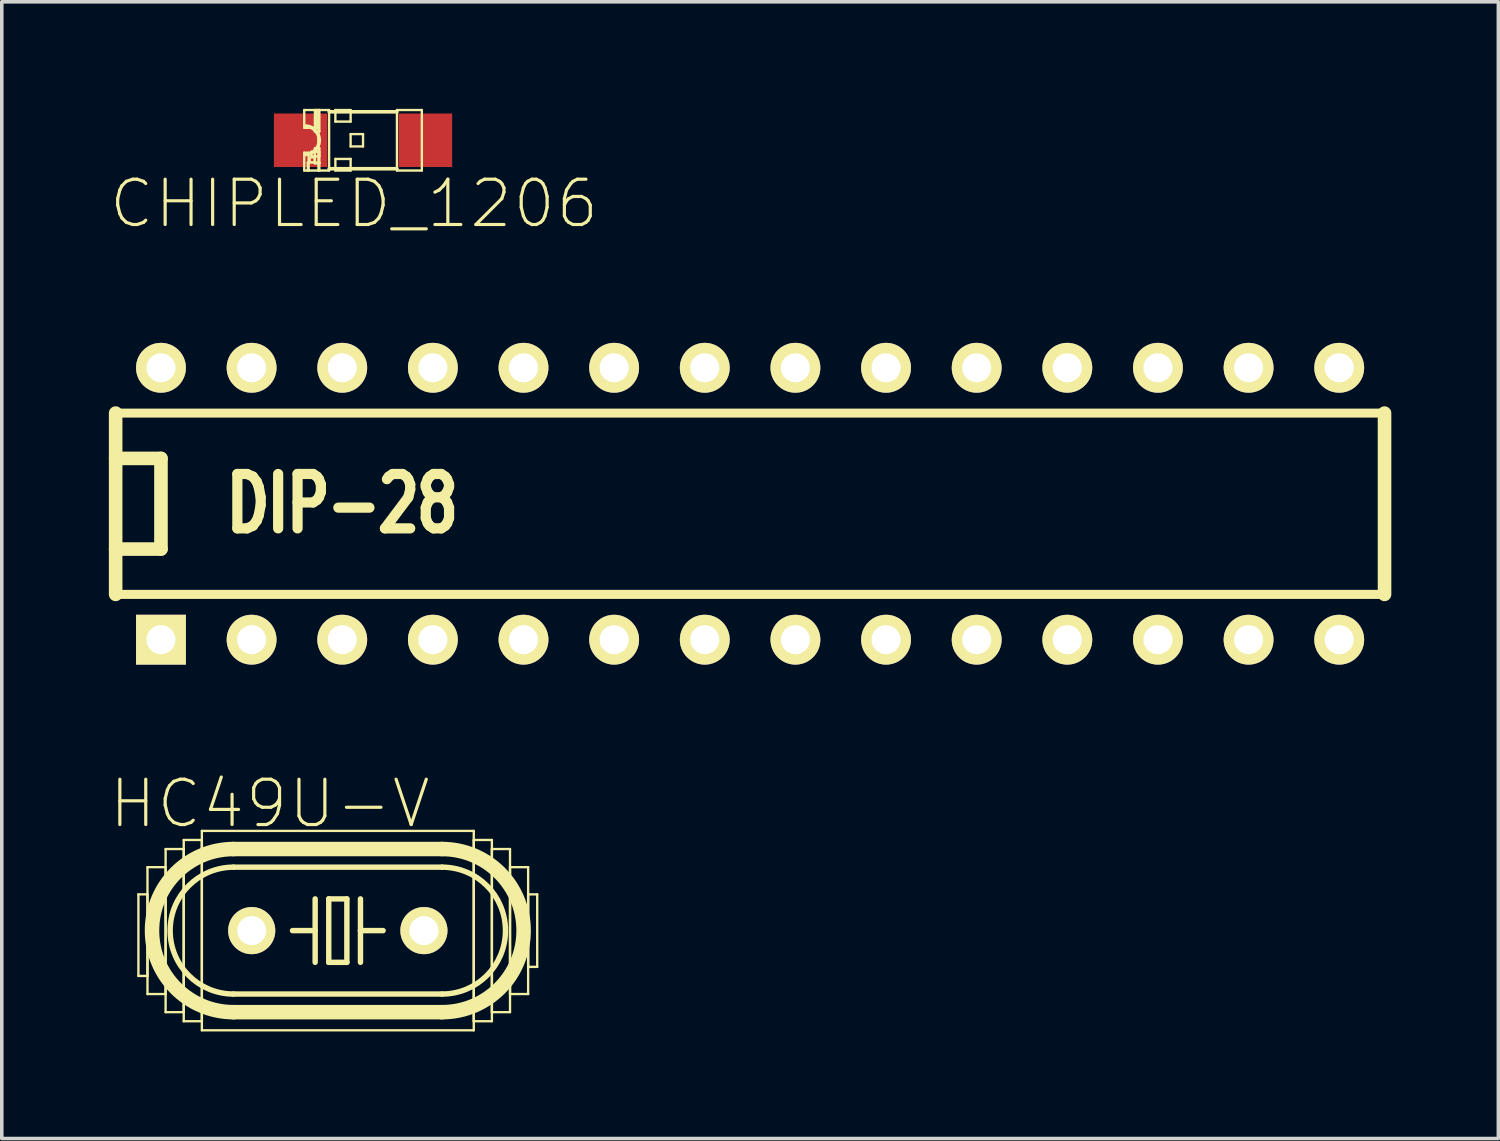
<source format=kicad_pcb>
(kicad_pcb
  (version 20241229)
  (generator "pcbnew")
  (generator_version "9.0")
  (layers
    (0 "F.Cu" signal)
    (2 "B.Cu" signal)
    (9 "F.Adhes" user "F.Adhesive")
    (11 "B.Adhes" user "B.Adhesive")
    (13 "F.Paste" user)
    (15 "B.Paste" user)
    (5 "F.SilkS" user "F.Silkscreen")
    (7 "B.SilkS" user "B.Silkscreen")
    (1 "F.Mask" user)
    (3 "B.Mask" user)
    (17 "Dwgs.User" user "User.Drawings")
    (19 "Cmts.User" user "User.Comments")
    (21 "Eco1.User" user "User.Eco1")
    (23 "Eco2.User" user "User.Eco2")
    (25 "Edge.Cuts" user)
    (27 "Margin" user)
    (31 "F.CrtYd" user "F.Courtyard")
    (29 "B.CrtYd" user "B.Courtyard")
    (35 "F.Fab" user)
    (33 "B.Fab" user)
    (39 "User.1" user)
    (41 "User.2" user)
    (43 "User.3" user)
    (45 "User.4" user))
  (footprint "HC49U-V"
    (layer "F.Cu")
    (at 6.417 23.03)
    (property "Reference" "HC49U-V" (at -1.905 -3.556 0) (layer "F.SilkS") (effects (font (size 1.27 1.27) (thickness 0.089))))
    (attr exclude_from_pos_files exclude_from_bom)
    (fp_line (start -5.588 -1.016) (end -5.334 -1.016) (stroke (width 0.066) (type solid)) (layer "F.SilkS"))
    (fp_line (start -5.588 1.27) (end -5.588 -1.016) (stroke (width 0.066) (type solid)) (layer "F.SilkS"))
    (fp_line (start -5.588 1.27) (end -5.334 1.27) (stroke (width 0.066) (type solid)) (layer "F.SilkS"))
    (fp_line (start -5.334 -1.778) (end -4.826 -1.778) (stroke (width 0.066) (type solid)) (layer "F.SilkS"))
    (fp_line (start -5.334 1.27) (end -5.334 -1.016) (stroke (width 0.066) (type solid)) (layer "F.SilkS"))
    (fp_line (start -5.334 1.778) (end -5.334 -1.778) (stroke (width 0.066) (type solid)) (layer "F.SilkS"))
    (fp_line (start -5.334 1.778) (end -4.826 1.778) (stroke (width 0.066) (type solid)) (layer "F.SilkS"))
    (fp_line (start -4.826 -2.286) (end -4.318 -2.286) (stroke (width 0.066) (type solid)) (layer "F.SilkS"))
    (fp_line (start -4.826 1.778) (end -4.826 -1.778) (stroke (width 0.066) (type solid)) (layer "F.SilkS"))
    (fp_line (start -4.826 2.286) (end -4.826 -2.286) (stroke (width 0.066) (type solid)) (layer "F.SilkS"))
    (fp_line (start -4.826 2.286) (end -4.318 2.286) (stroke (width 0.066) (type solid)) (layer "F.SilkS"))
    (fp_line (start -4.318 -2.54) (end -3.81 -2.54) (stroke (width 0.066) (type solid)) (layer "F.SilkS"))
    (fp_line (start -4.318 2.286) (end -4.318 -2.286) (stroke (width 0.066) (type solid)) (layer "F.SilkS"))
    (fp_line (start -4.318 2.54) (end -4.318 -2.54) (stroke (width 0.066) (type solid)) (layer "F.SilkS"))
    (fp_line (start -4.318 2.54) (end -3.81 2.54) (stroke (width 0.066) (type solid)) (layer "F.SilkS"))
    (fp_line (start -3.81 -2.794) (end 3.81 -2.794) (stroke (width 0.066) (type solid)) (layer "F.SilkS"))
    (fp_line (start -3.81 2.54) (end -3.81 -2.54) (stroke (width 0.066) (type solid)) (layer "F.SilkS"))
    (fp_line (start -3.81 2.794) (end -3.81 -2.794) (stroke (width 0.066) (type solid)) (layer "F.SilkS"))
    (fp_line (start -3.81 2.794) (end 3.81 2.794) (stroke (width 0.066) (type solid)) (layer "F.SilkS"))
    (fp_line (start -2.921 -2.286) (end 2.921 -2.286) (stroke (width 0.406) (type solid)) (layer "F.SilkS"))
    (fp_line (start -2.921 1.778) (end 2.921 1.778) (stroke (width 0.152) (type solid)) (layer "F.SilkS"))
    (fp_line (start -2.921 2.286) (end 2.921 2.286) (stroke (width 0.406) (type solid)) (layer "F.SilkS"))
    (fp_line (start -0.635 -0.889) (end -0.635 0) (stroke (width 0.152) (type solid)) (layer "F.SilkS"))
    (fp_line (start -0.635 0) (end -1.27 0) (stroke (width 0.152) (type solid)) (layer "F.SilkS"))
    (fp_line (start -0.635 0) (end -0.635 0.889) (stroke (width 0.152) (type solid)) (layer "F.SilkS"))
    (fp_line (start -0.254 -0.889) (end 0.254 -0.889) (stroke (width 0.152) (type solid)) (layer "F.SilkS"))
    (fp_line (start -0.254 0.889) (end -0.254 -0.889) (stroke (width 0.152) (type solid)) (layer "F.SilkS"))
    (fp_line (start 0.254 -0.889) (end 0.254 0.889) (stroke (width 0.152) (type solid)) (layer "F.SilkS"))
    (fp_line (start 0.254 0.889) (end -0.254 0.889) (stroke (width 0.152) (type solid)) (layer "F.SilkS"))
    (fp_line (start 0.635 -0.889) (end 0.635 0) (stroke (width 0.152) (type solid)) (layer "F.SilkS"))
    (fp_line (start 0.635 0) (end 0.635 0.889) (stroke (width 0.152) (type solid)) (layer "F.SilkS"))
    (fp_line (start 0.635 0) (end 1.27 0) (stroke (width 0.152) (type solid)) (layer "F.SilkS"))
    (fp_line (start 2.921 -1.778) (end -2.921 -1.778) (stroke (width 0.152) (type solid)) (layer "F.SilkS"))
    (fp_line (start 3.81 -2.54) (end 4.318 -2.54) (stroke (width 0.066) (type solid)) (layer "F.SilkS"))
    (fp_line (start 3.81 2.54) (end 3.81 -2.54) (stroke (width 0.066) (type solid)) (layer "F.SilkS"))
    (fp_line (start 3.81 2.54) (end 4.318 2.54) (stroke (width 0.066) (type solid)) (layer "F.SilkS"))
    (fp_line (start 3.81 2.794) (end 3.81 -2.794) (stroke (width 0.066) (type solid)) (layer "F.SilkS"))
    (fp_line (start 4.318 -2.286) (end 4.826 -2.286) (stroke (width 0.066) (type solid)) (layer "F.SilkS"))
    (fp_line (start 4.318 2.286) (end 4.318 -2.286) (stroke (width 0.066) (type solid)) (layer "F.SilkS"))
    (fp_line (start 4.318 2.286) (end 4.826 2.286) (stroke (width 0.066) (type solid)) (layer "F.SilkS"))
    (fp_line (start 4.318 2.54) (end 4.318 -2.54) (stroke (width 0.066) (type solid)) (layer "F.SilkS"))
    (fp_line (start 4.826 -1.778) (end 5.334 -1.778) (stroke (width 0.066) (type solid)) (layer "F.SilkS"))
    (fp_line (start 4.826 1.778) (end 4.826 -1.778) (stroke (width 0.066) (type solid)) (layer "F.SilkS"))
    (fp_line (start 4.826 1.778) (end 5.334 1.778) (stroke (width 0.066) (type solid)) (layer "F.SilkS"))
    (fp_line (start 4.826 2.286) (end 4.826 -2.286) (stroke (width 0.066) (type solid)) (layer "F.SilkS"))
    (fp_line (start 5.334 -1.016) (end 5.588 -1.016) (stroke (width 0.066) (type solid)) (layer "F.SilkS"))
    (fp_line (start 5.334 1.016) (end 5.334 -1.016) (stroke (width 0.066) (type solid)) (layer "F.SilkS"))
    (fp_line (start 5.334 1.016) (end 5.588 1.016) (stroke (width 0.066) (type solid)) (layer "F.SilkS"))
    (fp_line (start 5.334 1.778) (end 5.334 -1.778) (stroke (width 0.066) (type solid)) (layer "F.SilkS"))
    (fp_line (start 5.588 1.016) (end 5.588 -1.016) (stroke (width 0.066) (type solid)) (layer "F.SilkS"))
    (fp_arc (start -2.921 1.778) (mid -4.699 0) (end -2.921 -1.778) (stroke (width 0.1524) (type solid)) (layer "F.SilkS"))
    (fp_arc (start -2.921 2.286) (mid -5.207 0) (end -2.921 -2.286) (stroke (width 0.4064) (type solid)) (layer "F.SilkS"))
    (fp_arc (start 2.921 -2.286) (mid 5.207 0) (end 2.921 2.286) (stroke (width 0.4064) (type solid)) (layer "F.SilkS"))
    (fp_arc (start 2.921 -1.778) (mid 4.699 0) (end 2.921 1.778) (stroke (width 0.1524) (type solid)) (layer "F.SilkS"))
    (pad "1" thru_hole circle (at -2.413 0) (size 1.321 1.321) (drill 0.813) (layers "*.Cu" "F.Mask" "F.SilkS" "F.Paste"))
    (pad "2" thru_hole circle (at 2.413 0) (size 1.321 1.321) (drill 0.813) (layers "*.Cu" "F.Mask" "F.SilkS" "F.Paste")))
  (footprint "CHIPLED_1206"
    (layer "F.Cu")
    (at 7.124 0.881)
    (property "Reference" "CHIPLED_1206" (at -0.254 1.778 0) (layer "F.SilkS") (effects (font (size 1.27 1.27) (thickness 0.089))))
    (attr smd)
    (fp_line (start -1.648 -0.348) (end -1.648 -0.848) (stroke (width 0.066) (type solid)) (layer "F.SilkS"))
    (fp_line (start -1.648 0.848) (end -1.648 0.348) (stroke (width 0.066) (type solid)) (layer "F.SilkS"))
    (fp_line (start -1.549 0.848) (end -1.549 0.625) (stroke (width 0.066) (type solid)) (layer "F.SilkS"))
    (fp_line (start -1.524 0.348) (end -1.648 0.348) (stroke (width 0.066) (type solid)) (layer "F.SilkS"))
    (fp_line (start -1.524 0.848) (end -1.648 0.848) (stroke (width 0.066) (type solid)) (layer "F.SilkS"))
    (fp_line (start -1.524 0.848) (end -1.524 0.348) (stroke (width 0.066) (type solid)) (layer "F.SilkS"))
    (fp_line (start -1.448 0.45) (end -1.448 0.323) (stroke (width 0.066) (type solid)) (layer "F.SilkS"))
    (fp_line (start -1.349 -0.249) (end -1.349 -0.848) (stroke (width 0.066) (type solid)) (layer "F.SilkS"))
    (fp_line (start -1.349 0.648) (end -1.349 0.224) (stroke (width 0.066) (type solid)) (layer "F.SilkS"))
    (fp_line (start -1.298 -0.848) (end -1.648 -0.848) (stroke (width 0.066) (type solid)) (layer "F.SilkS"))
    (fp_line (start -1.298 -0.348) (end -1.648 -0.348) (stroke (width 0.066) (type solid)) (layer "F.SilkS"))
    (fp_line (start -1.298 -0.348) (end -1.298 -0.848) (stroke (width 0.066) (type solid)) (layer "F.SilkS"))
    (fp_line (start -1.25 0.848) (end -1.25 -0.848) (stroke (width 0.066) (type solid)) (layer "F.SilkS"))
    (fp_line (start -1.224 -0.848) (end -1.349 -0.848) (stroke (width 0.066) (type solid)) (layer "F.SilkS"))
    (fp_line (start -1.224 -0.249) (end -1.349 -0.249) (stroke (width 0.066) (type solid)) (layer "F.SilkS"))
    (fp_line (start -1.224 -0.249) (end -1.224 -0.848) (stroke (width 0.066) (type solid)) (layer "F.SilkS"))
    (fp_line (start -1.224 0.224) (end -1.349 0.224) (stroke (width 0.066) (type solid)) (layer "F.SilkS"))
    (fp_line (start -1.224 0.323) (end -1.448 0.323) (stroke (width 0.066) (type solid)) (layer "F.SilkS"))
    (fp_line (start -1.224 0.45) (end -1.448 0.45) (stroke (width 0.066) (type solid)) (layer "F.SilkS"))
    (fp_line (start -1.224 0.45) (end -1.224 0.323) (stroke (width 0.066) (type solid)) (layer "F.SilkS"))
    (fp_line (start -1.224 0.625) (end -1.549 0.625) (stroke (width 0.066) (type solid)) (layer "F.SilkS"))
    (fp_line (start -1.224 0.648) (end -1.349 0.648) (stroke (width 0.066) (type solid)) (layer "F.SilkS"))
    (fp_line (start -1.224 0.648) (end -1.224 0.224) (stroke (width 0.066) (type solid)) (layer "F.SilkS"))
    (fp_line (start -1.224 0.848) (end -1.549 0.848) (stroke (width 0.066) (type solid)) (layer "F.SilkS"))
    (fp_line (start -1.224 0.848) (end -1.224 0.625) (stroke (width 0.066) (type solid)) (layer "F.SilkS"))
    (fp_line (start -0.95 -0.848) (end -1.25 -0.848) (stroke (width 0.066) (type solid)) (layer "F.SilkS"))
    (fp_line (start -0.95 -0.798) (end 0.95 -0.798) (stroke (width 0.102) (type solid)) (layer "F.SilkS"))
    (fp_line (start -0.95 0.848) (end -1.25 0.848) (stroke (width 0.066) (type solid)) (layer "F.SilkS"))
    (fp_line (start -0.95 0.848) (end -0.95 -0.848) (stroke (width 0.066) (type solid)) (layer "F.SilkS"))
    (fp_line (start -0.775 -0.523) (end -0.775 -0.848) (stroke (width 0.066) (type solid)) (layer "F.SilkS"))
    (fp_line (start -0.775 0.848) (end -0.775 0.523) (stroke (width 0.066) (type solid)) (layer "F.SilkS"))
    (fp_line (start -0.348 -0.848) (end -0.775 -0.848) (stroke (width 0.066) (type solid)) (layer "F.SilkS"))
    (fp_line (start -0.348 -0.523) (end -0.775 -0.523) (stroke (width 0.066) (type solid)) (layer "F.SilkS"))
    (fp_line (start -0.348 -0.523) (end -0.348 -0.848) (stroke (width 0.066) (type solid)) (layer "F.SilkS"))
    (fp_line (start -0.348 0.173) (end -0.348 -0.173) (stroke (width 0.066) (type solid)) (layer "F.SilkS"))
    (fp_line (start -0.348 0.523) (end -0.775 0.523) (stroke (width 0.066) (type solid)) (layer "F.SilkS"))
    (fp_line (start -0.348 0.848) (end -0.775 0.848) (stroke (width 0.066) (type solid)) (layer "F.SilkS"))
    (fp_line (start -0.348 0.848) (end -0.348 0.523) (stroke (width 0.066) (type solid)) (layer "F.SilkS"))
    (fp_line (start 0 -0.173) (end -0.348 -0.173) (stroke (width 0.066) (type solid)) (layer "F.SilkS"))
    (fp_line (start 0 0.173) (end -0.348 0.173) (stroke (width 0.066) (type solid)) (layer "F.SilkS"))
    (fp_line (start 0 0.173) (end 0 -0.173) (stroke (width 0.066) (type solid)) (layer "F.SilkS"))
    (fp_line (start 0.95 0.798) (end -0.95 0.798) (stroke (width 0.102) (type solid)) (layer "F.SilkS"))
    (fp_line (start 0.95 0.848) (end 0.95 -0.848) (stroke (width 0.066) (type solid)) (layer "F.SilkS"))
    (fp_line (start 1.648 -0.848) (end 0.95 -0.848) (stroke (width 0.066) (type solid)) (layer "F.SilkS"))
    (fp_line (start 1.648 0.848) (end 0.95 0.848) (stroke (width 0.066) (type solid)) (layer "F.SilkS"))
    (fp_line (start 1.648 0.848) (end 1.648 -0.848) (stroke (width 0.066) (type solid)) (layer "F.SilkS"))
    (fp_arc (start -1.59766 -0.39878) (mid -1.225848 0.002147) (end -1.601946 0.399057) (stroke (width 0.1016) (type solid)) (layer "F.SilkS"))
    (fp_circle (center -1.425 0.549) (end -1.473 0.597) (stroke (width 0.051) (type solid)) (fill no) (layer "F.SilkS"))
    (pad "1" smd rect (at -1.748 0) (size 1.499 1.499) (layers "F.Cu" "F.Mask" "F.Paste"))
    (pad "2" smd rect (at 1.748 0) (size 1.499 1.499) (layers "F.Cu" "F.Mask" "F.Paste")))
  (footprint "DIP-28"
    (layer "F.Cu")
    (at 17.971 11.067)
    (property "Reference" "DIP-28" (at -11.43 0 0) (layer "F.SilkS") (effects (font (size 1.524 1.143) (thickness 0.287))))
    (attr through_hole)
    (fp_line (start -17.78 -2.54) (end 17.78 -2.54) (stroke (width 0.254) (type solid)) (layer "F.SilkS"))
    (fp_line (start -17.78 -1.27) (end -16.51 -1.27) (stroke (width 0.381) (type solid)) (layer "F.SilkS"))
    (fp_line (start -17.78 2.54) (end -17.78 -2.54) (stroke (width 0.381) (type solid)) (layer "F.SilkS"))
    (fp_line (start -16.51 -1.27) (end -16.51 1.27) (stroke (width 0.381) (type solid)) (layer "F.SilkS"))
    (fp_line (start -16.51 1.27) (end -17.78 1.27) (stroke (width 0.381) (type solid)) (layer "F.SilkS"))
    (fp_line (start 17.78 -2.54) (end 17.78 2.54) (stroke (width 0.381) (type solid)) (layer "F.SilkS"))
    (fp_line (start 17.78 2.54) (end -17.78 2.54) (stroke (width 0.254) (type solid)) (layer "F.SilkS"))
    (pad "1" thru_hole rect (at -16.51 3.81) (size 1.397 1.397) (drill 0.813) (layers "*.Cu" "*.Mask" "F.SilkS"))
    (pad "2" thru_hole circle (at -13.97 3.81) (size 1.397 1.397) (drill 0.813) (layers "*.Cu" "*.Mask" "F.SilkS"))
    (pad "3" thru_hole circle (at -11.43 3.81) (size 1.397 1.397) (drill 0.813) (layers "*.Cu" "*.Mask" "F.SilkS"))
    (pad "4" thru_hole circle (at -8.89 3.81) (size 1.397 1.397) (drill 0.813) (layers "*.Cu" "*.Mask" "F.SilkS"))
    (pad "5" thru_hole circle (at -6.35 3.81) (size 1.397 1.397) (drill 0.813) (layers "*.Cu" "*.Mask" "F.SilkS"))
    (pad "6" thru_hole circle (at -3.81 3.81) (size 1.397 1.397) (drill 0.813) (layers "*.Cu" "*.Mask" "F.SilkS"))
    (pad "7" thru_hole circle (at -1.27 3.81) (size 1.397 1.397) (drill 0.813) (layers "*.Cu" "*.Mask" "F.SilkS"))
    (pad "8" thru_hole circle (at 1.27 3.81) (size 1.397 1.397) (drill 0.813) (layers "*.Cu" "*.Mask" "F.SilkS"))
    (pad "9" thru_hole circle (at 3.81 3.81) (size 1.397 1.397) (drill 0.813) (layers "*.Cu" "*.Mask" "F.SilkS"))
    (pad "10" thru_hole circle (at 6.35 3.81) (size 1.397 1.397) (drill 0.813) (layers "*.Cu" "*.Mask" "F.SilkS"))
    (pad "11" thru_hole circle (at 8.89 3.81) (size 1.397 1.397) (drill 0.813) (layers "*.Cu" "*.Mask" "F.SilkS"))
    (pad "12" thru_hole circle (at 11.43 3.81) (size 1.397 1.397) (drill 0.813) (layers "*.Cu" "*.Mask" "F.SilkS"))
    (pad "13" thru_hole circle (at 13.97 3.81) (size 1.397 1.397) (drill 0.813) (layers "*.Cu" "*.Mask" "F.SilkS"))
    (pad "14" thru_hole circle (at 16.51 3.81) (size 1.397 1.397) (drill 0.813) (layers "*.Cu" "*.Mask" "F.SilkS"))
    (pad "15" thru_hole circle (at 16.51 -3.81) (size 1.397 1.397) (drill 0.813) (layers "*.Cu" "*.Mask" "F.SilkS"))
    (pad "16" thru_hole circle (at 13.97 -3.81) (size 1.397 1.397) (drill 0.813) (layers "*.Cu" "*.Mask" "F.SilkS"))
    (pad "17" thru_hole circle (at 11.43 -3.81) (size 1.397 1.397) (drill 0.813) (layers "*.Cu" "*.Mask" "F.SilkS"))
    (pad "18" thru_hole circle (at 8.89 -3.81) (size 1.397 1.397) (drill 0.813) (layers "*.Cu" "*.Mask" "F.SilkS"))
    (pad "19" thru_hole circle (at 6.35 -3.81) (size 1.397 1.397) (drill 0.813) (layers "*.Cu" "*.Mask" "F.SilkS"))
    (pad "20" thru_hole circle (at 3.81 -3.81) (size 1.397 1.397) (drill 0.813) (layers "*.Cu" "*.Mask" "F.SilkS"))
    (pad "21" thru_hole circle (at 1.27 -3.81) (size 1.397 1.397) (drill 0.813) (layers "*.Cu" "*.Mask" "F.SilkS"))
    (pad "22" thru_hole circle (at -1.27 -3.81) (size 1.397 1.397) (drill 0.813) (layers "*.Cu" "*.Mask" "F.SilkS"))
    (pad "23" thru_hole circle (at -3.81 -3.81) (size 1.397 1.397) (drill 0.813) (layers "*.Cu" "*.Mask" "F.SilkS"))
    (pad "24" thru_hole circle (at -6.35 -3.81) (size 1.397 1.397) (drill 0.813) (layers "*.Cu" "*.Mask" "F.SilkS"))
    (pad "25" thru_hole circle (at -8.89 -3.81) (size 1.397 1.397) (drill 0.813) (layers "*.Cu" "*.Mask" "F.SilkS"))
    (pad "26" thru_hole circle (at -11.43 -3.81) (size 1.397 1.397) (drill 0.813) (layers "*.Cu" "*.Mask" "F.SilkS"))
    (pad "27" thru_hole circle (at -13.97 -3.81) (size 1.397 1.397) (drill 0.813) (layers "*.Cu" "*.Mask" "F.SilkS"))
    (pad "28" thru_hole circle (at -16.51 -3.81) (size 1.397 1.397) (drill 0.813) (layers "*.Cu" "*.Mask" "F.SilkS")))
  (gr_rect
    (start -3 -3)
    (end 38.941 28.857)
    (stroke (width 0.1) (type default))
    (fill no)
    (layer "Edge.Cuts")))
</source>
